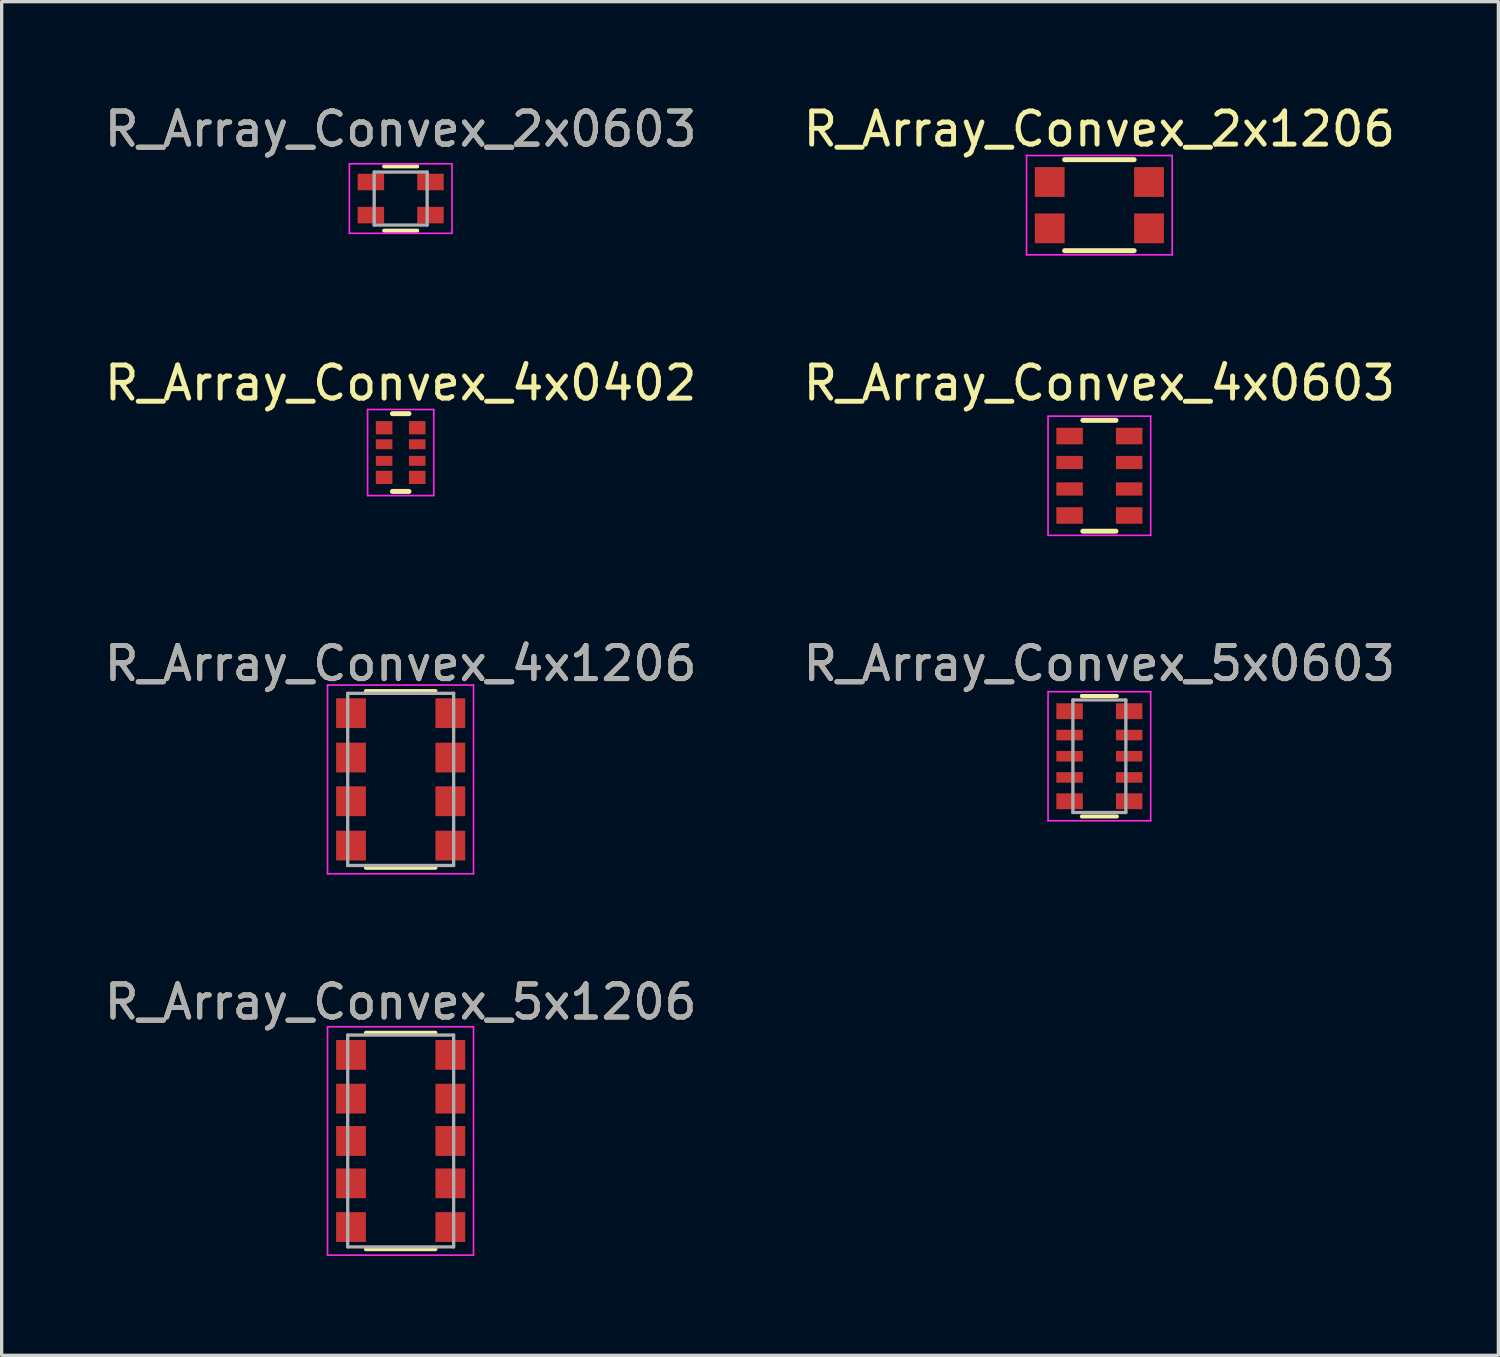
<source format=kicad_pcb>
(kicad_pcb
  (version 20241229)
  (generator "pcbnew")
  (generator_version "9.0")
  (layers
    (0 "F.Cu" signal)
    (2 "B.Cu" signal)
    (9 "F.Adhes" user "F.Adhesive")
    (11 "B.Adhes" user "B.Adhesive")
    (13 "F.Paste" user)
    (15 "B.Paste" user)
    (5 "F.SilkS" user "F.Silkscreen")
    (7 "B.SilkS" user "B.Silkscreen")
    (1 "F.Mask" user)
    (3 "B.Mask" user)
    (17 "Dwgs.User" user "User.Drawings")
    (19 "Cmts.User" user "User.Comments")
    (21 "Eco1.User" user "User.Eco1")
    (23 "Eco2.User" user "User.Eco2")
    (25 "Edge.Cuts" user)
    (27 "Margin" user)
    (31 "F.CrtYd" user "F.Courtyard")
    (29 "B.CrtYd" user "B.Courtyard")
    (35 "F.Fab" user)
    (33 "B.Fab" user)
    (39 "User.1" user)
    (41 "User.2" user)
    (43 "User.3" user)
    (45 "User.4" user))
  (footprint "R_Array_Convex_5x0603"
    (layer "F.Cu")
    (at 30.161 19.795)
    (property "Reference" "R_Array_Convex_5x0603" (at 0 -2.8 0) (layer "F.SilkS") (effects (font (size 1 1) (thickness 0.15))))
    (attr smd)
    (fp_line (start 0.53 -1.82) (end -0.53 -1.82) (stroke (width 0.12) (type solid)) (layer "F.SilkS"))
    (fp_line (start 0.53 1.82) (end -0.53 1.82) (stroke (width 0.12) (type solid)) (layer "F.SilkS"))
    (fp_line (start -1.55 -1.95) (end -1.55 1.95) (stroke (width 0.05) (type solid)) (layer "F.CrtYd"))
    (fp_line (start -1.55 -1.95) (end 1.55 -1.95) (stroke (width 0.05) (type solid)) (layer "F.CrtYd"))
    (fp_line (start 1.55 1.95) (end -1.55 1.95) (stroke (width 0.05) (type solid)) (layer "F.CrtYd"))
    (fp_line (start 1.55 1.95) (end 1.55 -1.95) (stroke (width 0.05) (type solid)) (layer "F.CrtYd"))
    (fp_line (start -0.8 -1.7) (end -0.8 1.7) (stroke (width 0.1) (type solid)) (layer "F.Fab"))
    (fp_line (start -0.8 1.7) (end 0.8 1.7) (stroke (width 0.1) (type solid)) (layer "F.Fab"))
    (fp_line (start 0.8 -1.7) (end -0.8 -1.7) (stroke (width 0.1) (type solid)) (layer "F.Fab"))
    (fp_line (start 0.8 1.7) (end 0.8 -1.7) (stroke (width 0.1) (type solid)) (layer "F.Fab"))
    (fp_text user "${REFERENCE}" (at 0 -2.8 0) (layer "F.Fab") (effects (font (size 1 1) (thickness 0.15))))
    (pad "1" smd rect (at -0.9 -1.36) (size 0.8 0.48) (layers "F.Cu" "F.Mask" "F.Paste"))
    (pad "2" smd rect (at -0.9 -0.64) (size 0.8 0.32) (layers "F.Cu" "F.Mask" "F.Paste"))
    (pad "3" smd rect (at -0.9 0) (size 0.8 0.32) (layers "F.Cu" "F.Mask" "F.Paste"))
    (pad "4" smd rect (at -0.9 0.64) (size 0.8 0.32) (layers "F.Cu" "F.Mask" "F.Paste"))
    (pad "5" smd rect (at -0.9 1.36) (size 0.8 0.48) (layers "F.Cu" "F.Mask" "F.Paste"))
    (pad "6" smd rect (at 0.9 1.36) (size 0.8 0.48) (layers "F.Cu" "F.Mask" "F.Paste"))
    (pad "7" smd rect (at 0.9 0.64) (size 0.8 0.32) (layers "F.Cu" "F.Mask" "F.Paste"))
    (pad "8" smd rect (at 0.9 0) (size 0.8 0.32) (layers "F.Cu" "F.Mask" "F.Paste"))
    (pad "9" smd rect (at 0.9 -0.64) (size 0.8 0.32) (layers "F.Cu" "F.Mask" "F.Paste"))
    (pad "10" smd rect (at 0.9 -1.36) (size 0.8 0.48) (layers "F.Cu" "F.Mask" "F.Paste")))
  (footprint "R_Array_Convex_2x0603"
    (layer "F.Cu")
    (at 9.054 2.948)
    (property "Reference" "R_Array_Convex_2x0603" (at 0 -2.1 0) (layer "F.SilkS") (effects (font (size 1 1) (thickness 0.15))))
    (attr smd)
    (fp_line (start 0.5 -0.97) (end -0.5 -0.97) (stroke (width 0.12) (type solid)) (layer "F.SilkS"))
    (fp_line (start 0.5 0.97) (end -0.5 0.97) (stroke (width 0.12) (type solid)) (layer "F.SilkS"))
    (fp_line (start -1.55 -1.05) (end -1.55 1.05) (stroke (width 0.05) (type solid)) (layer "F.CrtYd"))
    (fp_line (start -1.55 -1.05) (end 1.55 -1.05) (stroke (width 0.05) (type solid)) (layer "F.CrtYd"))
    (fp_line (start 1.55 1.05) (end -1.55 1.05) (stroke (width 0.05) (type solid)) (layer "F.CrtYd"))
    (fp_line (start 1.55 1.05) (end 1.55 -1.05) (stroke (width 0.05) (type solid)) (layer "F.CrtYd"))
    (fp_line (start -0.8 -0.8) (end 0.8 -0.8) (stroke (width 0.1) (type solid)) (layer "F.Fab"))
    (fp_line (start -0.8 0.8) (end -0.8 -0.8) (stroke (width 0.1) (type solid)) (layer "F.Fab"))
    (fp_line (start 0.8 -0.8) (end 0.8 0.8) (stroke (width 0.1) (type solid)) (layer "F.Fab"))
    (fp_line (start 0.8 0.8) (end -0.8 0.8) (stroke (width 0.1) (type solid)) (layer "F.Fab"))
    (fp_text user "${REFERENCE}" (at 0 -2.1 0) (layer "F.Fab") (effects (font (size 1 1) (thickness 0.15))))
    (pad "1" smd rect (at -0.9 -0.5) (size 0.8 0.5) (layers "F.Cu" "F.Mask" "F.Paste"))
    (pad "2" smd rect (at -0.9 0.5) (size 0.8 0.5) (layers "F.Cu" "F.Mask" "F.Paste"))
    (pad "3" smd rect (at 0.9 0.5) (size 0.8 0.5) (layers "F.Cu" "F.Mask" "F.Paste"))
    (pad "4" smd rect (at 0.9 -0.5) (size 0.8 0.5) (layers "F.Cu" "F.Mask" "F.Paste")))
  (footprint "R_Array_Convex_5x1206"
    (layer "F.Cu")
    (at 9.054 31.418)
    (property "Reference" "R_Array_Convex_5x1206" (at 0 -4.2 0) (layer "F.SilkS") (effects (font (size 1 1) (thickness 0.15))))
    (attr smd)
    (fp_line (start 1.05 -3.27) (end -1.05 -3.27) (stroke (width 0.12) (type solid)) (layer "F.SilkS"))
    (fp_line (start 1.05 3.27) (end -1.05 3.27) (stroke (width 0.12) (type solid)) (layer "F.SilkS"))
    (fp_line (start -2.21 -3.45) (end -2.21 3.45) (stroke (width 0.05) (type solid)) (layer "F.CrtYd"))
    (fp_line (start -2.21 -3.45) (end 2.2 -3.45) (stroke (width 0.05) (type solid)) (layer "F.CrtYd"))
    (fp_line (start 2.2 3.45) (end -2.21 3.45) (stroke (width 0.05) (type solid)) (layer "F.CrtYd"))
    (fp_line (start 2.2 3.45) (end 2.2 -3.45) (stroke (width 0.05) (type solid)) (layer "F.CrtYd"))
    (fp_line (start -1.6 -3.2) (end 1.6 -3.2) (stroke (width 0.1) (type solid)) (layer "F.Fab"))
    (fp_line (start -1.6 3.2) (end -1.6 -3.2) (stroke (width 0.1) (type solid)) (layer "F.Fab"))
    (fp_line (start 1.6 -3.2) (end 1.6 3.2) (stroke (width 0.1) (type solid)) (layer "F.Fab"))
    (fp_line (start 1.6 3.2) (end -1.6 3.2) (stroke (width 0.1) (type solid)) (layer "F.Fab"))
    (fp_text user "${REFERENCE}" (at 0 -4.2 0) (layer "F.Fab") (effects (font (size 1 1) (thickness 0.15))))
    (pad "1" smd rect (at -1.5 -2.6) (size 0.9 0.9) (layers "F.Cu" "F.Mask" "F.Paste"))
    (pad "2" smd rect (at -1.5 -1.28) (size 0.9 0.9) (layers "F.Cu" "F.Mask" "F.Paste"))
    (pad "3" smd rect (at -1.5 0) (size 0.9 0.9) (layers "F.Cu" "F.Mask" "F.Paste"))
    (pad "4" smd rect (at -1.5 1.28) (size 0.9 0.9) (layers "F.Cu" "F.Mask" "F.Paste"))
    (pad "5" smd rect (at -1.5 2.6) (size 0.9 0.9) (layers "F.Cu" "F.Mask" "F.Paste"))
    (pad "6" smd rect (at 1.5 2.6) (size 0.9 0.9) (layers "F.Cu" "F.Mask" "F.Paste"))
    (pad "7" smd rect (at 1.5 1.28) (size 0.9 0.9) (layers "F.Cu" "F.Mask" "F.Paste"))
    (pad "8" smd rect (at 1.5 0) (size 0.9 0.9) (layers "F.Cu" "F.Mask" "F.Paste"))
    (pad "9" smd rect (at 1.5 -1.28) (size 0.9 0.9) (layers "F.Cu" "F.Mask" "F.Paste"))
    (pad "10" smd rect (at 1.5 -2.6) (size 0.9 0.9) (layers "F.Cu" "F.Mask" "F.Paste")))
  (footprint "R_Array_Convex_2x1206"
    (layer "F.Cu")
    (at 30.161 3.148)
    (property "Reference" "R_Array_Convex_2x1206" (at 0 -2.3 0) (layer "F.SilkS") (effects (font (size 1 1) (thickness 0.15))))
    (attr smd)
    (fp_line (start 1.05 -1.375) (end -1.05 -1.375) (stroke (width 0.15) (type solid)) (layer "F.SilkS"))
    (fp_line (start 1.05 1.375) (end -1.05 1.375) (stroke (width 0.15) (type solid)) (layer "F.SilkS"))
    (fp_line (start -2.2 -1.5) (end -2.2 1.5) (stroke (width 0.05) (type solid)) (layer "F.CrtYd"))
    (fp_line (start -2.2 -1.5) (end 2.2 -1.5) (stroke (width 0.05) (type solid)) (layer "F.CrtYd"))
    (fp_line (start -2.2 1.5) (end 2.2 1.5) (stroke (width 0.05) (type solid)) (layer "F.CrtYd"))
    (fp_line (start 2.2 -1.5) (end 2.2 1.5) (stroke (width 0.05) (type solid)) (layer "F.CrtYd"))
    (pad "1" smd rect (at -1.5 -0.7) (size 0.9 0.9) (layers "F.Cu" "F.Mask" "F.Paste"))
    (pad "2" smd rect (at -1.5 0.7) (size 0.9 0.9) (layers "F.Cu" "F.Mask" "F.Paste"))
    (pad "3" smd rect (at 1.5 0.7) (size 0.9 0.9) (layers "F.Cu" "F.Mask" "F.Paste"))
    (pad "4" smd rect (at 1.5 -0.7) (size 0.9 0.9) (layers "F.Cu" "F.Mask" "F.Paste")))
  (footprint "R_Array_Convex_4x1206"
    (layer "F.Cu")
    (at 9.054 20.495)
    (property "Reference" "R_Array_Convex_4x1206" (at 0 -3.5 0) (layer "F.SilkS") (effects (font (size 1 1) (thickness 0.15))))
    (attr smd)
    (fp_line (start 1.05 -2.67) (end -1.05 -2.67) (stroke (width 0.12) (type solid)) (layer "F.SilkS"))
    (fp_line (start 1.05 2.67) (end -1.05 2.67) (stroke (width 0.12) (type solid)) (layer "F.SilkS"))
    (fp_line (start -2.21 -2.85) (end -2.21 2.85) (stroke (width 0.05) (type solid)) (layer "F.CrtYd"))
    (fp_line (start -2.21 -2.85) (end 2.2 -2.85) (stroke (width 0.05) (type solid)) (layer "F.CrtYd"))
    (fp_line (start 2.2 2.85) (end -2.21 2.85) (stroke (width 0.05) (type solid)) (layer "F.CrtYd"))
    (fp_line (start 2.2 2.85) (end 2.2 -2.85) (stroke (width 0.05) (type solid)) (layer "F.CrtYd"))
    (fp_line (start -1.6 -2.6) (end -1.6 2.6) (stroke (width 0.1) (type solid)) (layer "F.Fab"))
    (fp_line (start -1.6 2.6) (end 1.6 2.6) (stroke (width 0.1) (type solid)) (layer "F.Fab"))
    (fp_line (start 1.6 -2.6) (end -1.6 -2.6) (stroke (width 0.1) (type solid)) (layer "F.Fab"))
    (fp_line (start 1.6 2.6) (end 1.6 -2.6) (stroke (width 0.1) (type solid)) (layer "F.Fab"))
    (fp_text user "${REFERENCE}" (at 0 -3.5 0) (layer "F.Fab") (effects (font (size 1 1) (thickness 0.15))))
    (pad "1" smd rect (at -1.5 -2) (size 0.9 0.9) (layers "F.Cu" "F.Mask" "F.Paste"))
    (pad "2" smd rect (at -1.5 -0.66) (size 0.9 0.9) (layers "F.Cu" "F.Mask" "F.Paste"))
    (pad "3" smd rect (at -1.5 0.66) (size 0.9 0.9) (layers "F.Cu" "F.Mask" "F.Paste"))
    (pad "4" smd rect (at -1.5 2) (size 0.9 0.9) (layers "F.Cu" "F.Mask" "F.Paste"))
    (pad "5" smd rect (at 1.5 2) (size 0.9 0.9) (layers "F.Cu" "F.Mask" "F.Paste"))
    (pad "6" smd rect (at 1.5 0.66) (size 0.9 0.9) (layers "F.Cu" "F.Mask" "F.Paste"))
    (pad "7" smd rect (at 1.5 -0.66) (size 0.9 0.9) (layers "F.Cu" "F.Mask" "F.Paste"))
    (pad "8" smd rect (at 1.5 -2) (size 0.9 0.9) (layers "F.Cu" "F.Mask" "F.Paste")))
  (footprint "R_Array_Convex_4x0402"
    (layer "F.Cu")
    (at 9.054 10.621)
    (property "Reference" "R_Array_Convex_4x0402" (at 0 -2.1 0) (layer "F.SilkS") (effects (font (size 1 1) (thickness 0.15))))
    (attr smd)
    (fp_line (start 0.25 -1.175) (end -0.25 -1.175) (stroke (width 0.15) (type solid)) (layer "F.SilkS"))
    (fp_line (start 0.25 1.175) (end -0.25 1.175) (stroke (width 0.15) (type solid)) (layer "F.SilkS"))
    (fp_line (start -1 -1.3) (end -1 1.3) (stroke (width 0.05) (type solid)) (layer "F.CrtYd"))
    (fp_line (start -1 -1.3) (end 1 -1.3) (stroke (width 0.05) (type solid)) (layer "F.CrtYd"))
    (fp_line (start -1 1.3) (end 1 1.3) (stroke (width 0.05) (type solid)) (layer "F.CrtYd"))
    (fp_line (start 1 -1.3) (end 1 1.3) (stroke (width 0.05) (type solid)) (layer "F.CrtYd"))
    (pad "1" smd rect (at -0.5 -0.75) (size 0.5 0.4) (layers "F.Cu" "F.Mask" "F.Paste"))
    (pad "2" smd rect (at -0.5 -0.25) (size 0.5 0.3) (layers "F.Cu" "F.Mask" "F.Paste"))
    (pad "3" smd rect (at -0.5 0.25) (size 0.5 0.3) (layers "F.Cu" "F.Mask" "F.Paste"))
    (pad "4" smd rect (at -0.5 0.75) (size 0.5 0.4) (layers "F.Cu" "F.Mask" "F.Paste"))
    (pad "5" smd rect (at 0.5 0.75) (size 0.5 0.4) (layers "F.Cu" "F.Mask" "F.Paste"))
    (pad "6" smd rect (at 0.5 0.25) (size 0.5 0.3) (layers "F.Cu" "F.Mask" "F.Paste"))
    (pad "7" smd rect (at 0.5 -0.25) (size 0.5 0.3) (layers "F.Cu" "F.Mask" "F.Paste"))
    (pad "8" smd rect (at 0.5 -0.75) (size 0.5 0.4) (layers "F.Cu" "F.Mask" "F.Paste")))
  (footprint "R_Array_Convex_4x0603"
    (layer "F.Cu")
    (at 30.161 11.322)
    (property "Reference" "R_Array_Convex_4x0603" (at 0 -2.8 0) (layer "F.SilkS") (effects (font (size 1 1) (thickness 0.15))))
    (attr smd)
    (fp_line (start 0.5 -1.675) (end -0.5 -1.675) (stroke (width 0.15) (type solid)) (layer "F.SilkS"))
    (fp_line (start 0.5 1.675) (end -0.5 1.675) (stroke (width 0.15) (type solid)) (layer "F.SilkS"))
    (fp_line (start -1.55 -1.8) (end -1.55 1.8) (stroke (width 0.05) (type solid)) (layer "F.CrtYd"))
    (fp_line (start -1.55 -1.8) (end 1.55 -1.8) (stroke (width 0.05) (type solid)) (layer "F.CrtYd"))
    (fp_line (start -1.55 1.8) (end 1.55 1.8) (stroke (width 0.05) (type solid)) (layer "F.CrtYd"))
    (fp_line (start 1.55 -1.8) (end 1.55 1.8) (stroke (width 0.05) (type solid)) (layer "F.CrtYd"))
    (pad "1" smd rect (at -0.9 -1.2) (size 0.8 0.5) (layers "F.Cu" "F.Mask" "F.Paste"))
    (pad "2" smd rect (at -0.9 -0.4) (size 0.8 0.4) (layers "F.Cu" "F.Mask" "F.Paste"))
    (pad "3" smd rect (at -0.9 0.4) (size 0.8 0.4) (layers "F.Cu" "F.Mask" "F.Paste"))
    (pad "4" smd rect (at -0.9 1.2) (size 0.8 0.5) (layers "F.Cu" "F.Mask" "F.Paste"))
    (pad "5" smd rect (at 0.9 1.2) (size 0.8 0.5) (layers "F.Cu" "F.Mask" "F.Paste"))
    (pad "6" smd rect (at 0.9 0.4) (size 0.8 0.4) (layers "F.Cu" "F.Mask" "F.Paste"))
    (pad "7" smd rect (at 0.9 -0.4) (size 0.8 0.4) (layers "F.Cu" "F.Mask" "F.Paste"))
    (pad "8" smd rect (at 0.9 -1.2) (size 0.8 0.5) (layers "F.Cu" "F.Mask" "F.Paste")))
  (gr_rect
    (start -3 -3)
    (end 42.214 37.893)
    (stroke (width 0.1) (type default))
    (fill no)
    (layer "Edge.Cuts")))
</source>
